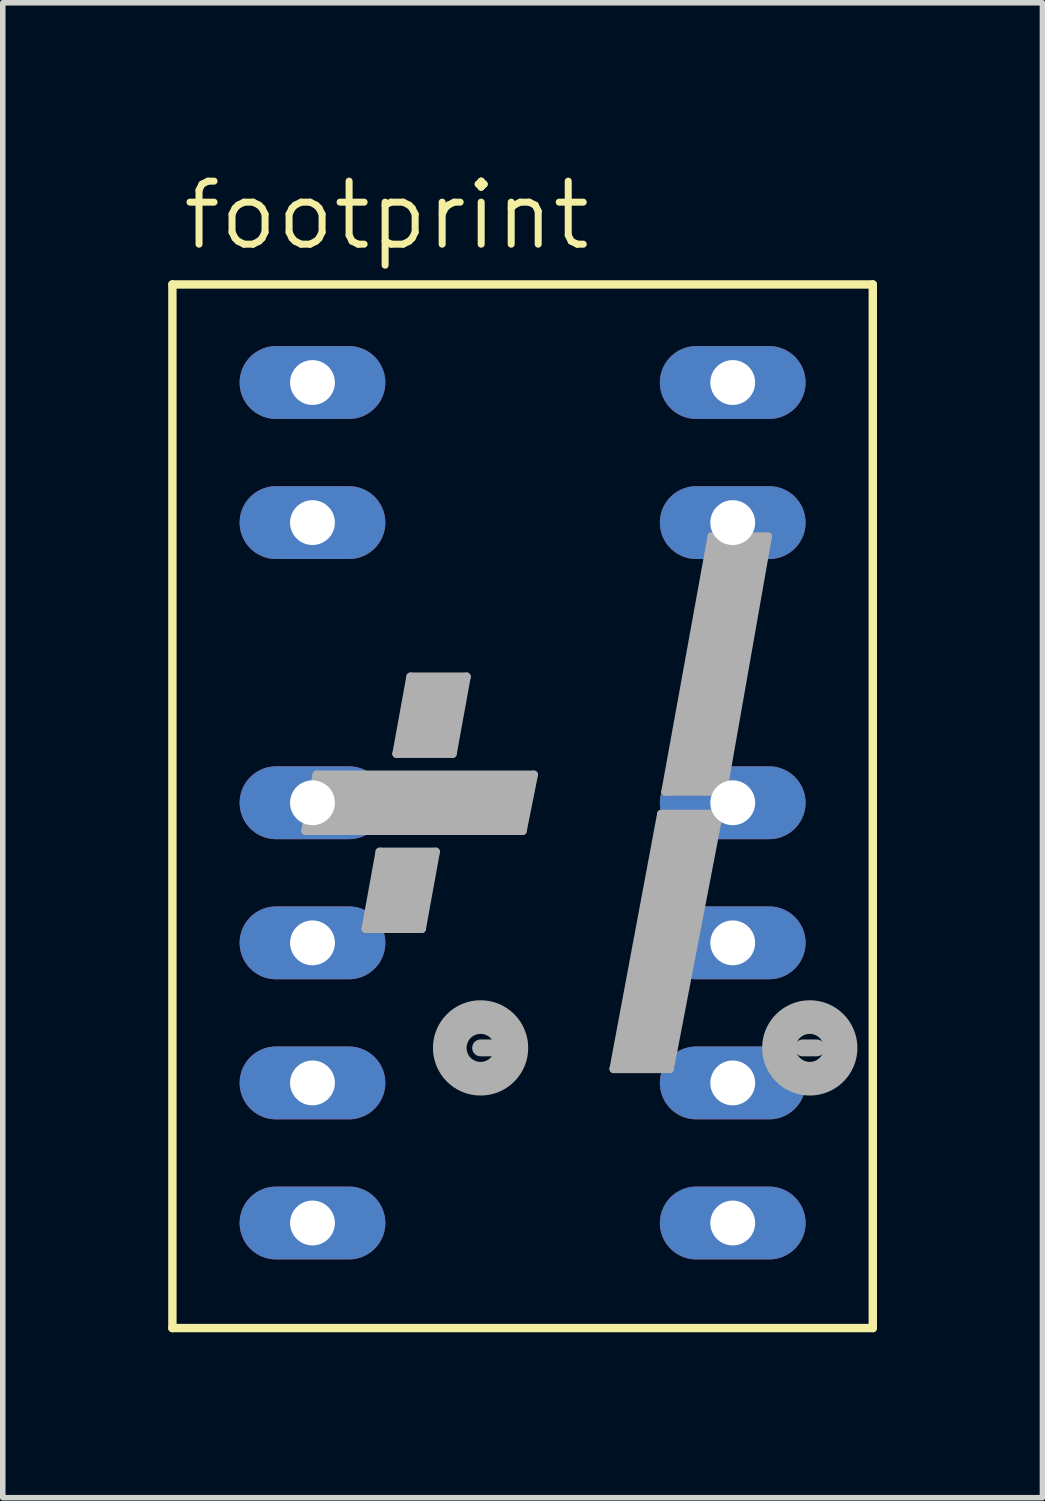
<source format=kicad_pcb>
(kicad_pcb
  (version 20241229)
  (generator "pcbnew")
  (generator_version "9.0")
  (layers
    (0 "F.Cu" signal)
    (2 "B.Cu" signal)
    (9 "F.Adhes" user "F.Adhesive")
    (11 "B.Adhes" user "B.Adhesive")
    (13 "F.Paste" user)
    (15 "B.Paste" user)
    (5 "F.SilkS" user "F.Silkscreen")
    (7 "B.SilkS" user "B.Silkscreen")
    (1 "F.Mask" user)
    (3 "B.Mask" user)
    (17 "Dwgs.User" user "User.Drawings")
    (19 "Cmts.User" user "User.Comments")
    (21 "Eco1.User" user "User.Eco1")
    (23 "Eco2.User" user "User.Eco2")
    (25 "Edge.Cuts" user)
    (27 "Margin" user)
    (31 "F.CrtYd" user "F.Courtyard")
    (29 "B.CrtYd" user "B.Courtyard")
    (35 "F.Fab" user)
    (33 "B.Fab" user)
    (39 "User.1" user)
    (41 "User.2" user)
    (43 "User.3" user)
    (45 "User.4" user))
  (footprint "footprint"
    (layer "F.Cu")
    (at 6.426 11.506)
    (property "Reference" "footprint" (at -6.223 -9.982 0) (layer "F.SilkS") (effects (font (size 1.143 1.143) (thickness 0.127)) (justify left bottom)))
    (fp_line (start -6.35 -9.398) (end 6.35 -9.398) (stroke (width 0.152) (type solid)) (layer "F.SilkS"))
    (fp_line (start -6.35 9.525) (end -6.35 -9.398) (stroke (width 0.152) (type solid)) (layer "F.SilkS"))
    (fp_line (start 6.35 -9.398) (end 6.35 9.525) (stroke (width 0.152) (type solid)) (layer "F.SilkS"))
    (fp_line (start 6.35 9.525) (end -6.35 9.525) (stroke (width 0.152) (type solid)) (layer "F.SilkS"))
    (fp_line (start -3.81 0.406) (end -3.607 0.406) (stroke (width 0.254) (type solid)) (layer "F.Fab"))
    (fp_line (start -3.734 -0.508) (end -3.937 0.508) (stroke (width 0.152) (type solid)) (layer "F.Fab"))
    (fp_line (start -3.632 -0.381) (end -3.81 0.406) (stroke (width 0.254) (type solid)) (layer "F.Fab"))
    (fp_line (start -2.845 2.286) (end -2.591 0.889) (stroke (width 0.152) (type solid)) (layer "F.Fab"))
    (fp_line (start -2.718 2.159) (end -2.692 1.956) (stroke (width 0.254) (type solid)) (layer "F.Fab"))
    (fp_line (start -2.591 0.889) (end -1.575 0.889) (stroke (width 0.152) (type solid)) (layer "F.Fab"))
    (fp_line (start -2.515 1.016) (end -1.702 1.016) (stroke (width 0.254) (type solid)) (layer "F.Fab"))
    (fp_line (start -2.286 -0.889) (end -2.032 -2.286) (stroke (width 0.152) (type solid)) (layer "F.Fab"))
    (fp_line (start -2.286 -0.889) (end -1.27 -0.889) (stroke (width 0.152) (type solid)) (layer "F.Fab"))
    (fp_line (start -2.235 1.778) (end -2.159 1.397) (stroke (width 1.016) (type solid)) (layer "F.Fab"))
    (fp_line (start -2.159 -1.016) (end -2.134 -1.168) (stroke (width 0.254) (type solid)) (layer "F.Fab"))
    (fp_line (start -2.032 -2.286) (end -1.016 -2.286) (stroke (width 0.152) (type solid)) (layer "F.Fab"))
    (fp_line (start -1.956 -2.159) (end -1.143 -2.159) (stroke (width 0.254) (type solid)) (layer "F.Fab"))
    (fp_line (start -1.93 2.159) (end -2.718 2.159) (stroke (width 0.254) (type solid)) (layer "F.Fab"))
    (fp_line (start -1.905 1.981) (end -1.93 2.159) (stroke (width 0.254) (type solid)) (layer "F.Fab"))
    (fp_line (start -1.829 2.286) (end -2.845 2.286) (stroke (width 0.152) (type solid)) (layer "F.Fab"))
    (fp_line (start -1.829 2.286) (end -1.575 0.889) (stroke (width 0.152) (type solid)) (layer "F.Fab"))
    (fp_line (start -1.702 1.016) (end -1.727 1.143) (stroke (width 0.254) (type solid)) (layer "F.Fab"))
    (fp_line (start -1.676 -1.372) (end -1.6 -1.778) (stroke (width 1.016) (type solid)) (layer "F.Fab"))
    (fp_line (start -1.372 -1.016) (end -2.159 -1.016) (stroke (width 0.254) (type solid)) (layer "F.Fab"))
    (fp_line (start -1.27 -0.889) (end -1.016 -2.286) (stroke (width 0.152) (type solid)) (layer "F.Fab"))
    (fp_line (start -1.143 -2.159) (end -1.194 -1.981) (stroke (width 0.254) (type solid)) (layer "F.Fab"))
    (fp_line (start -0.762 4.445) (end -0.508 4.445) (stroke (width 0.305) (type solid)) (layer "F.Fab"))
    (fp_line (start -0.432 0) (end -3.327 0) (stroke (width 1.016) (type solid)) (layer "F.Fab"))
    (fp_line (start -0.356 -0.381) (end 0.076 -0.381) (stroke (width 0.254) (type solid)) (layer "F.Fab"))
    (fp_line (start 0 0.508) (end -3.937 0.508) (stroke (width 0.152) (type solid)) (layer "F.Fab"))
    (fp_line (start 0.076 -0.381) (end -0.102 0.406) (stroke (width 0.254) (type solid)) (layer "F.Fab"))
    (fp_line (start 0.203 -0.508) (end -3.734 -0.508) (stroke (width 0.152) (type solid)) (layer "F.Fab"))
    (fp_line (start 0.203 -0.508) (end 0 0.508) (stroke (width 0.152) (type solid)) (layer "F.Fab"))
    (fp_line (start 1.651 4.826) (end 2.515 0.203) (stroke (width 0.152) (type solid)) (layer "F.Fab"))
    (fp_line (start 1.753 4.699) (end 1.803 4.547) (stroke (width 0.254) (type solid)) (layer "F.Fab"))
    (fp_line (start 2.515 0.203) (end 3.556 0.203) (stroke (width 0.152) (type solid)) (layer "F.Fab"))
    (fp_line (start 2.591 -0.203) (end 3.429 -4.826) (stroke (width 0.152) (type solid)) (layer "F.Fab"))
    (fp_line (start 2.591 -0.203) (end 3.632 -0.203) (stroke (width 0.152) (type solid)) (layer "F.Fab"))
    (fp_line (start 2.591 4.699) (end 1.753 4.699) (stroke (width 0.254) (type solid)) (layer "F.Fab"))
    (fp_line (start 2.616 0.33) (end 3.429 0.33) (stroke (width 0.254) (type solid)) (layer "F.Fab"))
    (fp_line (start 2.667 4.826) (end 1.651 4.826) (stroke (width 0.152) (type solid)) (layer "F.Fab"))
    (fp_line (start 2.718 -0.33) (end 2.794 -0.635) (stroke (width 0.254) (type solid)) (layer "F.Fab"))
    (fp_line (start 2.946 0.711) (end 2.235 4.343) (stroke (width 1.016) (type solid)) (layer "F.Fab"))
    (fp_line (start 3.429 -4.826) (end 4.445 -4.826) (stroke (width 0.152) (type solid)) (layer "F.Fab"))
    (fp_line (start 3.429 0.33) (end 3.353 0.584) (stroke (width 0.254) (type solid)) (layer "F.Fab"))
    (fp_line (start 3.505 -4.674) (end 4.318 -4.674) (stroke (width 0.254) (type solid)) (layer "F.Fab"))
    (fp_line (start 3.556 -0.33) (end 2.718 -0.33) (stroke (width 0.254) (type solid)) (layer "F.Fab"))
    (fp_line (start 3.556 0.203) (end 2.667 4.826) (stroke (width 0.152) (type solid)) (layer "F.Fab"))
    (fp_line (start 3.861 -4.293) (end 3.2 -0.686) (stroke (width 1.016) (type solid)) (layer "F.Fab"))
    (fp_line (start 4.318 -4.674) (end 4.267 -4.496) (stroke (width 0.254) (type solid)) (layer "F.Fab"))
    (fp_line (start 4.445 -4.826) (end 3.632 -0.203) (stroke (width 0.152) (type solid)) (layer "F.Fab"))
    (fp_line (start 5.08 4.445) (end 5.334 4.445) (stroke (width 0.305) (type solid)) (layer "F.Fab"))
    (fp_circle (center -0.762 4.445) (end -0.508 4.445) (stroke (width 0.61) (type solid)) (fill no) (layer "F.Fab"))
    (fp_circle (center 5.207 4.445) (end 5.461 4.445) (stroke (width 0.61) (type solid)) (fill no) (layer "F.Fab"))
    (pad "1" thru_hole oval (at -3.81 -7.62) (size 2.642 1.321) (drill 0.813) (layers "*.Cu" "*.Mask"))
    (pad "2" thru_hole oval (at -3.81 -5.08) (size 2.642 1.321) (drill 0.813) (layers "*.Cu" "*.Mask"))
    (pad "4" thru_hole oval (at -3.81 0) (size 2.642 1.321) (drill 0.813) (layers "*.Cu" "*.Mask"))
    (pad "5" thru_hole oval (at -3.81 2.54) (size 2.642 1.321) (drill 0.813) (layers "*.Cu" "*.Mask"))
    (pad "6" thru_hole oval (at -3.81 5.08) (size 2.642 1.321) (drill 0.813) (layers "*.Cu" "*.Mask"))
    (pad "7" thru_hole oval (at -3.81 7.62) (size 2.642 1.321) (drill 0.813) (layers "*.Cu" "*.Mask"))
    (pad "8" thru_hole oval (at 3.81 7.62) (size 2.642 1.321) (drill 0.813) (layers "*.Cu" "*.Mask"))
    (pad "9" thru_hole oval (at 3.81 5.08) (size 2.642 1.321) (drill 0.813) (layers "*.Cu" "*.Mask"))
    (pad "10" thru_hole oval (at 3.81 2.54) (size 2.642 1.321) (drill 0.813) (layers "*.Cu" "*.Mask"))
    (pad "11" thru_hole oval (at 3.81 0) (size 2.642 1.321) (drill 0.813) (layers "*.Cu" "*.Mask"))
    (pad "13" thru_hole oval (at 3.81 -5.08) (size 2.642 1.321) (drill 0.813) (layers "*.Cu" "*.Mask"))
    (pad "14" thru_hole oval (at 3.81 -7.62) (size 2.642 1.321) (drill 0.813) (layers "*.Cu" "*.Mask")))
  (gr_rect
    (start -3 -3)
    (end 15.852 24.107)
    (stroke (width 0.1) (type default))
    (fill no)
    (layer "Edge.Cuts")))
</source>
